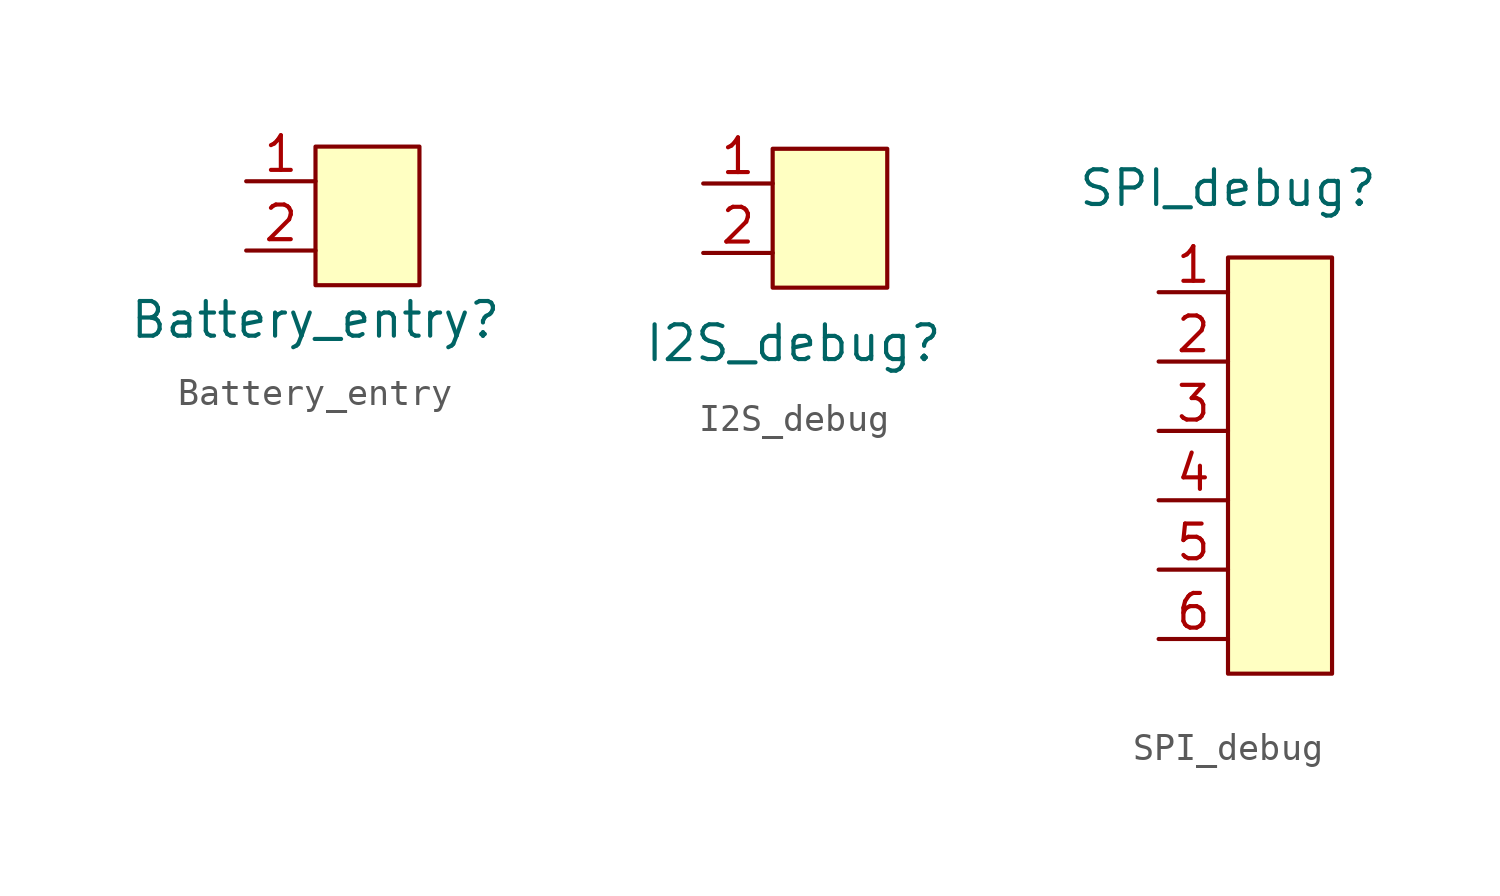
<source format=kicad_sym>
(kicad_symbol_lib
  (version 20220914)
  (generator kicad_symbol_editor)
  (symbol "Battery_entry"
    (property "Reference" "Battery_entry"
      (at 0 -3.81 0)
      (effects (font (size 1.27 1.27))))
    (property "Value" ""
      (at 0 0 0)
      (effects (font (size 1.27 1.27))))
    (symbol "Battery_entry_1_1"
      (rectangle (start 0 2.54) (end 3.81 -2.54) (stroke (width 0) (type default)) (fill (type background)))
      (pin power_out line (at -2.54 1.27 0) (length 2.54) (name "" (effects (font (size 1.27 1.27)))) (number "1" (effects (font (size 1.27 1.27)))))
      (pin passive line (at -2.54 -1.27 0) (length 2.54) (name "" (effects (font (size 1.27 1.27)))) (number "2" (effects (font (size 1.27 1.27)))))))
  (symbol "I2S_debug"
    (property "Reference" "I2S_debug"
      (at 0.762 -4.572 0)
      (effects (font (size 1.27 1.27))))
    (property "Value" ""
      (at -3.429 1.016 0)
      (effects (font (size 1.27 1.27))))
    (symbol "I2S_debug_1_1"
      (rectangle (start 0 2.54) (end 4.191 -2.54) (stroke (width 0) (type default)) (fill (type background)))
      (pin passive line (at -2.54 1.27 0) (length 2.54) (name "" (effects (font (size 1.27 1.27)))) (number "1" (effects (font (size 1.27 1.27)))))
      (pin passive line (at -2.54 -1.27 0) (length 2.54) (name "" (effects (font (size 1.27 1.27)))) (number "2" (effects (font (size 1.27 1.27)))))))
  (symbol "SPI_debug"
    (property "Reference" "SPI_debug"
      (at 0 3.81 0)
      (effects (font (size 1.27 1.27))))
    (property "Value" ""
      (at 0 0 0)
      (effects (font (size 1.27 1.27))))
    (symbol "SPI_debug_1_1"
      (rectangle (start 0 1.27) (end 3.81 -13.97) (stroke (width 0) (type default)) (fill (type background)))
      (pin passive line (at -2.54 0 0) (length 2.54) (name "" (effects (font (size 1.27 1.27)))) (number "1" (effects (font (size 1.27 1.27)))))
      (pin passive line (at -2.54 -2.54 0) (length 2.54) (name "" (effects (font (size 1.27 1.27)))) (number "2" (effects (font (size 1.27 1.27)))))
      (pin passive line (at -2.54 -5.08 0) (length 2.54) (name "" (effects (font (size 1.27 1.27)))) (number "3" (effects (font (size 1.27 1.27)))))
      (pin passive line (at -2.54 -7.62 0) (length 2.54) (name "" (effects (font (size 1.27 1.27)))) (number "4" (effects (font (size 1.27 1.27)))))
      (pin passive line (at -2.54 -10.16 0) (length 2.54) (name "" (effects (font (size 1.27 1.27)))) (number "5" (effects (font (size 1.27 1.27)))))
      (pin passive line (at -2.54 -12.7 0) (length 2.54) (name "" (effects (font (size 1.27 1.27)))) (number "6" (effects (font (size 1.27 1.27))))))))
</source>
